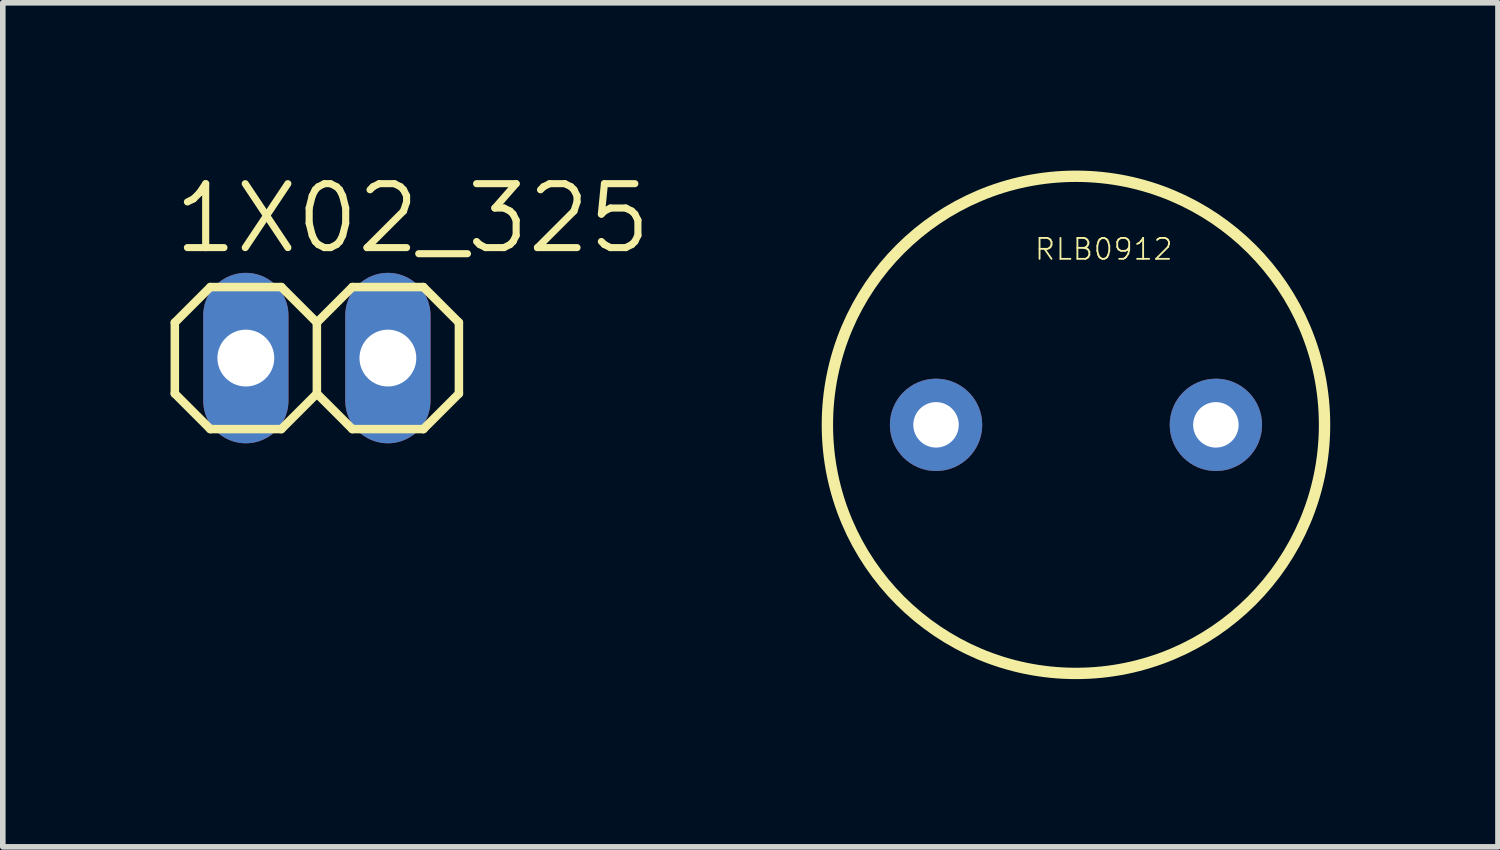
<source format=kicad_pcb>
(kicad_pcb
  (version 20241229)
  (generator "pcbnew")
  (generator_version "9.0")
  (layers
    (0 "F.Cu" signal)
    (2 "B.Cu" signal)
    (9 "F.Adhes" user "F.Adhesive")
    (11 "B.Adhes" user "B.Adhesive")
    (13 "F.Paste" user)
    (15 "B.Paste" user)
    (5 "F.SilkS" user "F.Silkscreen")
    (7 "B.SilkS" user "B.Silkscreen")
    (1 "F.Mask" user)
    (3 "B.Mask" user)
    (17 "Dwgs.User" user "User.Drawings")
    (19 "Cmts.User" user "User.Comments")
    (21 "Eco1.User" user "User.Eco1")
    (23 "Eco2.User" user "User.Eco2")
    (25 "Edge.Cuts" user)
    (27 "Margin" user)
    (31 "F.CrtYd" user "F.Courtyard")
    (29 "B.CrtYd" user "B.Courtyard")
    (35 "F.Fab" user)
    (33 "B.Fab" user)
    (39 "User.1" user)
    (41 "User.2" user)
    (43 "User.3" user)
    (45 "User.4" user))
  (footprint "1X02_325"
    (layer "F.Cu")
    (at 2.616 3.353)
    (property "Reference" "1X02_325" (at -2.616 -1.829 0) (unlocked yes) (layer "F.SilkS") (effects (font (size 1.143 1.143) (thickness 0.127)) (justify left bottom)))
    (fp_line (start -2.54 -0.635) (end -2.54 0.635) (stroke (width 0.152) (type solid)) (layer "F.SilkS"))
    (fp_line (start -2.54 0.635) (end -1.905 1.27) (stroke (width 0.152) (type solid)) (layer "F.SilkS"))
    (fp_line (start -1.905 -1.27) (end -2.54 -0.635) (stroke (width 0.152) (type solid)) (layer "F.SilkS"))
    (fp_line (start -1.905 -1.27) (end -0.635 -1.27) (stroke (width 0.152) (type solid)) (layer "F.SilkS"))
    (fp_line (start -0.635 -1.27) (end 0 -0.635) (stroke (width 0.152) (type solid)) (layer "F.SilkS"))
    (fp_line (start -0.635 1.27) (end -1.905 1.27) (stroke (width 0.152) (type solid)) (layer "F.SilkS"))
    (fp_line (start 0 -0.635) (end 0 0.635) (stroke (width 0.152) (type solid)) (layer "F.SilkS"))
    (fp_line (start 0 -0.635) (end 0.635 -1.27) (stroke (width 0.152) (type solid)) (layer "F.SilkS"))
    (fp_line (start 0 0.635) (end -0.635 1.27) (stroke (width 0.152) (type solid)) (layer "F.SilkS"))
    (fp_line (start 0.635 -1.27) (end 1.905 -1.27) (stroke (width 0.152) (type solid)) (layer "F.SilkS"))
    (fp_line (start 0.635 1.27) (end 0 0.635) (stroke (width 0.152) (type solid)) (layer "F.SilkS"))
    (fp_line (start 1.905 -1.27) (end 2.54 -0.635) (stroke (width 0.152) (type solid)) (layer "F.SilkS"))
    (fp_line (start 1.905 1.27) (end 0.635 1.27) (stroke (width 0.152) (type solid)) (layer "F.SilkS"))
    (fp_line (start 2.54 -0.635) (end 2.54 0.635) (stroke (width 0.152) (type solid)) (layer "F.SilkS"))
    (fp_line (start 2.54 0.635) (end 1.905 1.27) (stroke (width 0.152) (type solid)) (layer "F.SilkS"))
    (fp_poly (pts (xy -1.524 0.254) (xy -1.016 0.254) (xy -1.016 -0.254) (xy -1.524 -0.254)) (stroke (width 0.1) (type default)) (fill no) (layer "F.Fab"))
    (fp_poly (pts (xy 1.016 0.254) (xy 1.524 0.254) (xy 1.524 -0.254) (xy 1.016 -0.254)) (stroke (width 0.1) (type default)) (fill no) (layer "F.Fab"))
    (pad "1" thru_hole oval (at -1.27 0 90) (size 3.048 1.524) (drill 1.016) (layers "*.Cu" "*.Mask"))
    (pad "2" thru_hole oval (at 1.27 0 90) (size 3.048 1.524) (drill 1.016) (layers "*.Cu" "*.Mask")))
  (footprint "RLB0912"
    (layer "F.Cu")
    (at 16.19 4.547)
    (property "Reference" "RLB0912" (at -0.762 -2.921 0) (unlocked yes) (layer "F.SilkS") (effects (font (size 0.374 0.374) (thickness 0.033)) (justify left bottom)))
    (fp_circle (center 0 0) (end 4.445 0) (stroke (width 0.203) (type solid)) (fill no) (layer "F.SilkS"))
    (pad "1" thru_hole circle (at 2.502 0) (size 1.651 1.651) (drill 0.813) (layers "*.Cu" "*.Mask"))
    (pad "2" thru_hole circle (at -2.502 0) (size 1.651 1.651) (drill 0.813) (layers "*.Cu" "*.Mask")))
  (gr_rect
    (start -3 -3)
    (end 23.736 12.093)
    (stroke (width 0.1) (type default))
    (fill no)
    (layer "Edge.Cuts")))
</source>
